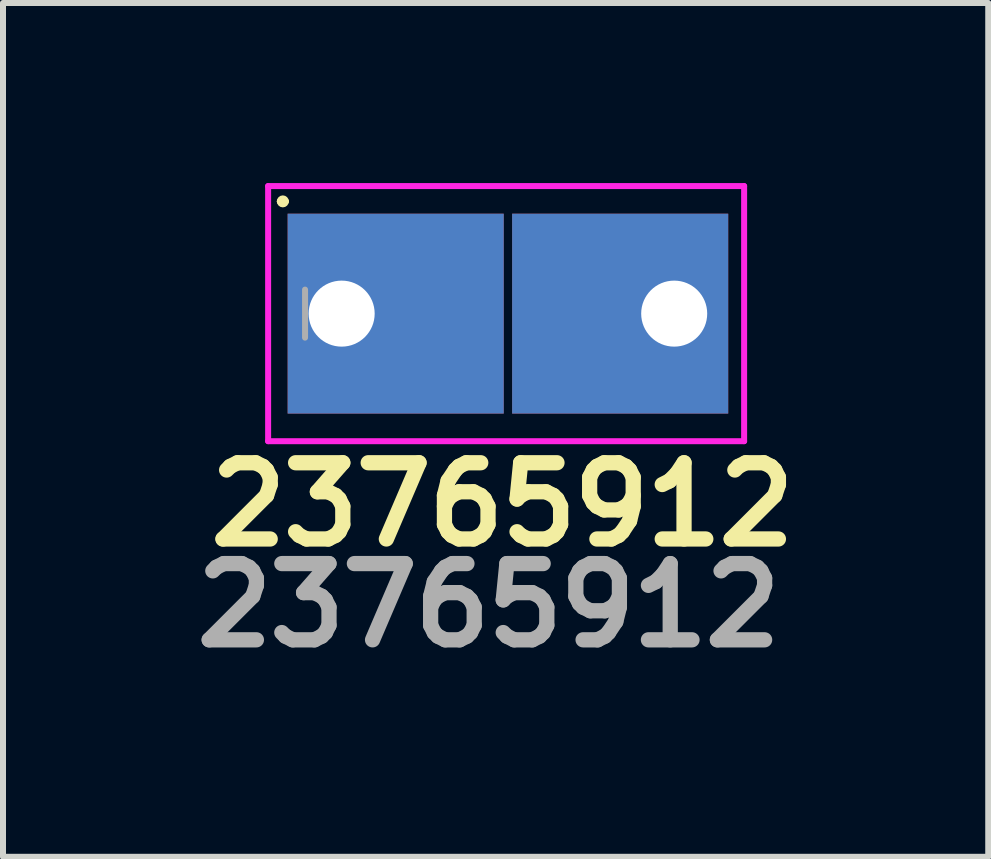
<source format=kicad_pcb>
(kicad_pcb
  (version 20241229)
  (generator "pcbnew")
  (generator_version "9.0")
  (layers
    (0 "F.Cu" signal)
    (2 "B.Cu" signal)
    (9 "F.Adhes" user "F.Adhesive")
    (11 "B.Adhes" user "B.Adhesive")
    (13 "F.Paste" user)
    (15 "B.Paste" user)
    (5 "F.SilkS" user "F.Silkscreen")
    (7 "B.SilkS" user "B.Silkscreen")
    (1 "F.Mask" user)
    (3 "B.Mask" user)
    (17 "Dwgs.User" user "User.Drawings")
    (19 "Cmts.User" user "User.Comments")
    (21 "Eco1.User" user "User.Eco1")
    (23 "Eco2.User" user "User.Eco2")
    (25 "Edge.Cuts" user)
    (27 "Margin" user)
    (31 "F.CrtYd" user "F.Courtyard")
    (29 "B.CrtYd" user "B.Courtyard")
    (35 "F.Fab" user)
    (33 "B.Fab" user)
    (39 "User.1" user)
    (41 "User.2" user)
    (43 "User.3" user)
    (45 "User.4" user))
  (footprint "23765912"
    (layer "F.Cu")
    (at 2.642 2.175)
    (property "Reference" "23765912" (at 2.68 3.18 0) (layer "F.SilkS") (effects (font (size 1.27 1.27) (thickness 0.254))))
    (attr through_hole)
    (fp_line (start -1.03 -1.87) (end -1.03 -1.87) (stroke (width 0.1) (type solid)) (layer "F.SilkS"))
    (fp_line (start -0.93 -1.87) (end -0.93 -1.87) (stroke (width 0.1) (type solid)) (layer "F.SilkS"))
    (fp_arc (start -1.03 -1.87) (mid -0.98 -1.92) (end -0.93 -1.87) (stroke (width 0.1) (type solid)) (layer "F.SilkS"))
    (fp_arc (start -0.93 -1.87) (mid -0.98 -1.82) (end -1.03 -1.87) (stroke (width 0.1) (type solid)) (layer "F.SilkS"))
    (fp_line (start -1.225 -2.125) (end 6.705 -2.125) (stroke (width 0.1) (type solid)) (layer "F.CrtYd"))
    (fp_line (start -1.225 2.125) (end -1.225 -2.125) (stroke (width 0.1) (type solid)) (layer "F.CrtYd"))
    (fp_line (start 6.705 -2.125) (end 6.705 2.125) (stroke (width 0.1) (type solid)) (layer "F.CrtYd"))
    (fp_line (start 6.705 2.125) (end -1.225 2.125) (stroke (width 0.1) (type solid)) (layer "F.CrtYd"))
    (fp_line (start -0.61 0.4) (end -0.61 -0.4) (stroke (width 0.1) (type solid)) (layer "F.Fab"))
    (fp_line (start 5.69 -0.4) (end 5.69 0.4) (stroke (width 0.1) (type solid)) (layer "F.Fab"))
    (fp_text user "${REFERENCE}" (at 2.45 4.86 0) (layer "F.Fab") (effects (font (size 1.27 1.27) (thickness 0.254))))
    (pad "1" thru_hole rect (at 0 0) (size 3.6 3.33) (drill 1.1 (offset 0.9 0)) (layers "*.Cu" "*.Mask"))
    (pad "1" thru_hole rect (at 5.54 0) (size 3.6 3.33) (drill 1.1 (offset -0.9 0)) (layers "*.Cu" "*.Mask")))
  (gr_rect
    (start -3 -3)
    (end 13.414 11.224)
    (stroke (width 0.1) (type default))
    (fill no)
    (layer "Edge.Cuts")))
</source>
